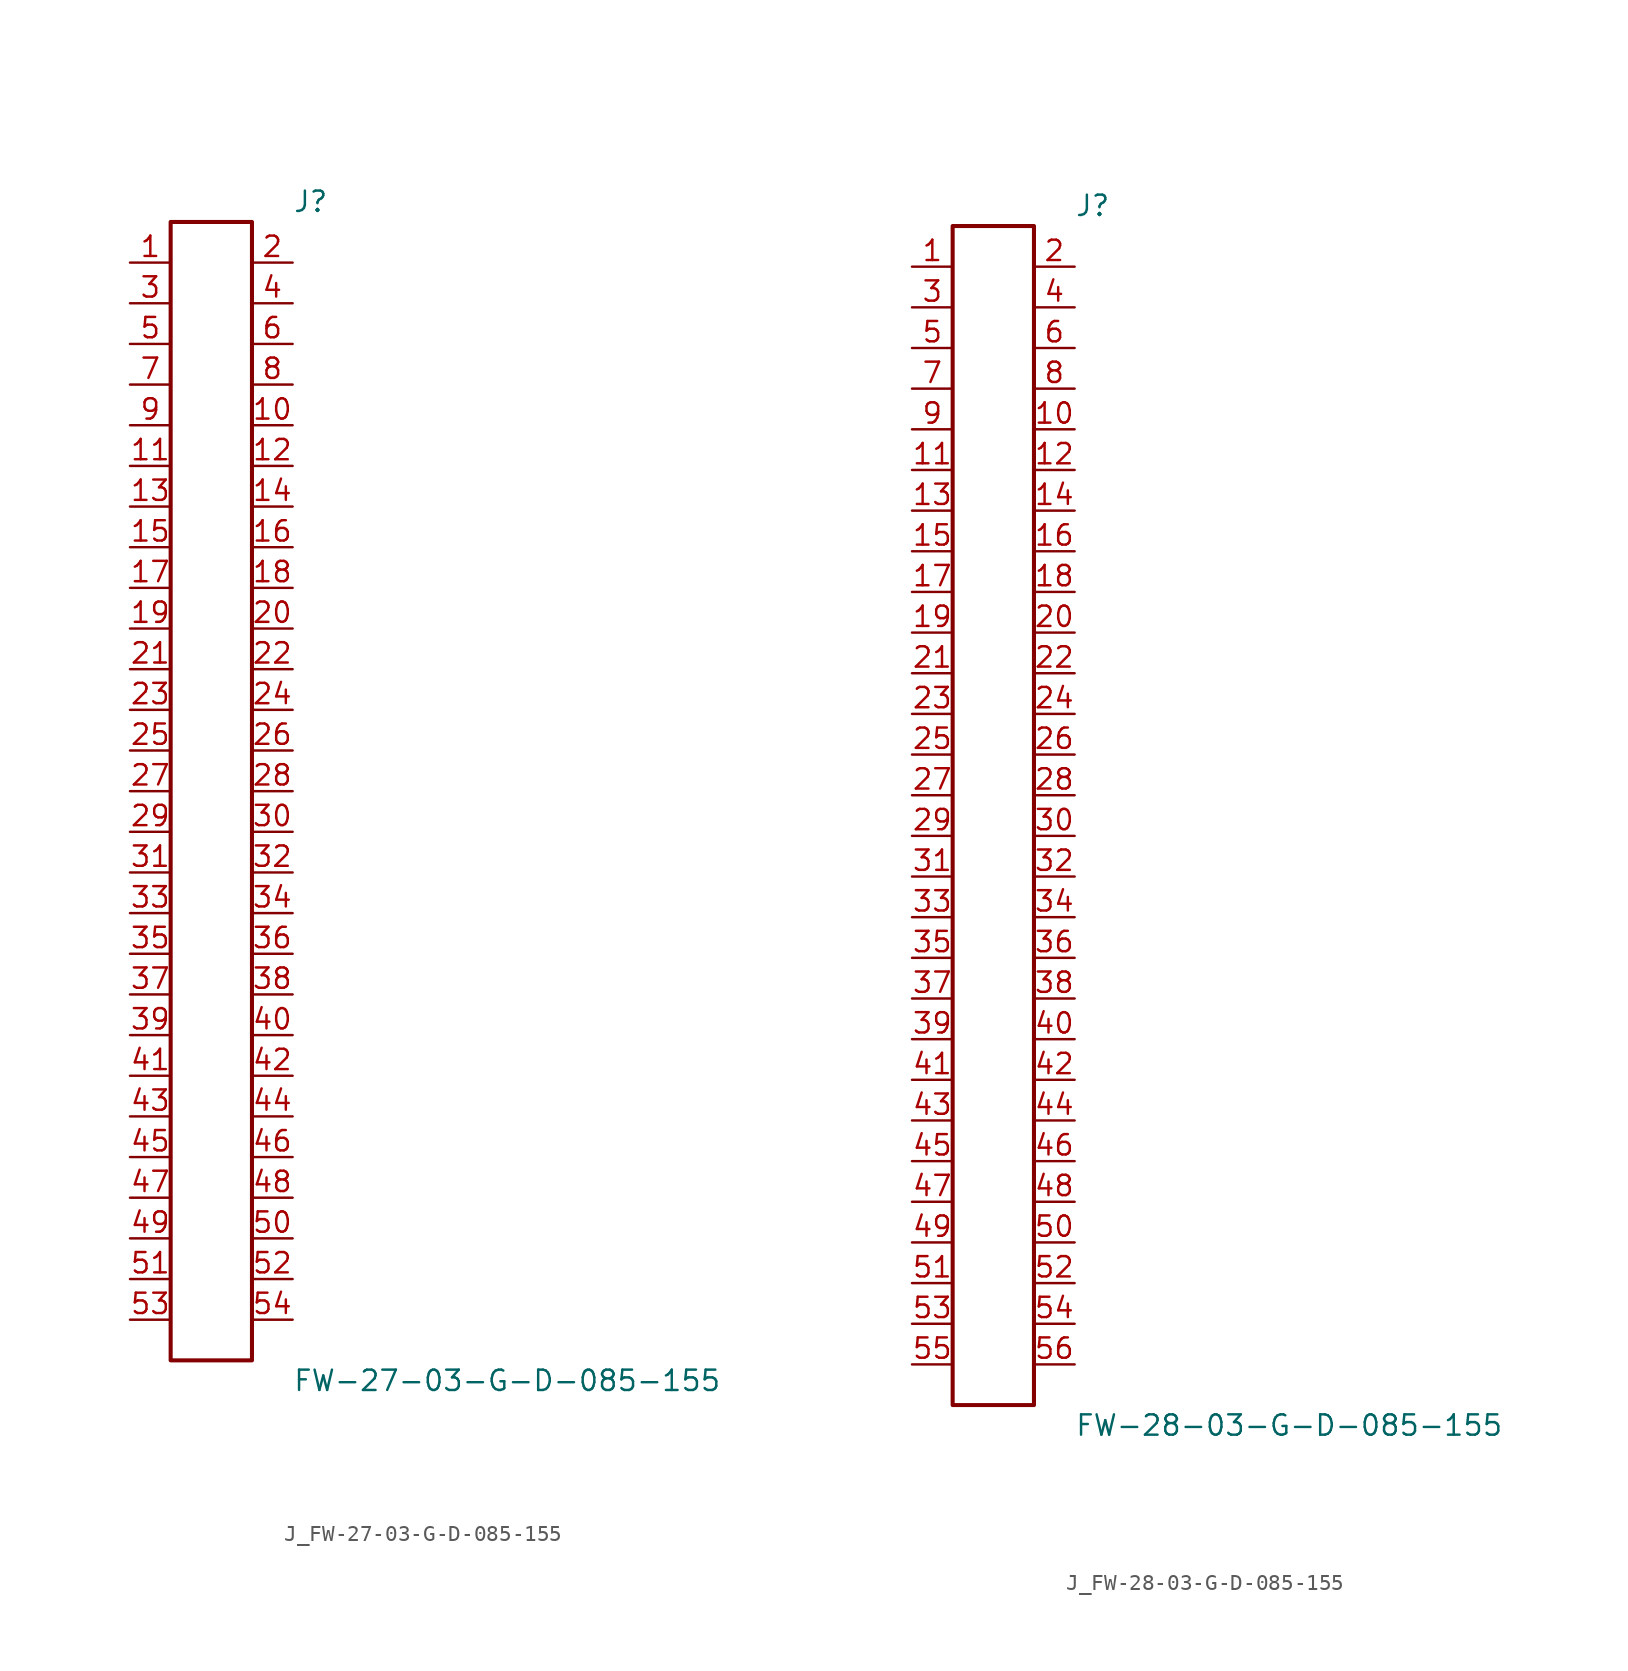
<source format=kicad_sym>
(kicad_symbol_lib
  (version 20231120)
  (generator kicad_symbol_editor)
  (generator_version 8.0)
  (symbol "J_FW-27-03-G-D-085-155"
    (pin_names
      (offset 0.254))
    (property "Reference" "J"
      (at 5.08 36.83 0)
      (effects (font (size 1.27 1.27)) (justify left)))
    (property "Value" "FW-27-03-G-D-085-155"
      (at 5.08 -36.83 0)
      (effects (font (size 1.27 1.27)) (justify left)))
    (symbol "J_FW-27-03-G-D-085-155_0_0"
      (pin unspecified line (at -5.08 33.02 0) (length 2.54) (name "" (effects (font (size 1.27 1.27)))) (number "1" (effects (font (size 1.27 1.27)))))
      (pin unspecified line (at 5.08 33.02 180) (length 2.54) (name "" (effects (font (size 1.27 1.27)))) (number "2" (effects (font (size 1.27 1.27)))))
      (pin unspecified line (at -5.08 30.48 0) (length 2.54) (name "" (effects (font (size 1.27 1.27)))) (number "3" (effects (font (size 1.27 1.27)))))
      (pin unspecified line (at 5.08 30.48 180) (length 2.54) (name "" (effects (font (size 1.27 1.27)))) (number "4" (effects (font (size 1.27 1.27)))))
      (pin unspecified line (at -5.08 27.94 0) (length 2.54) (name "" (effects (font (size 1.27 1.27)))) (number "5" (effects (font (size 1.27 1.27)))))
      (pin unspecified line (at 5.08 27.94 180) (length 2.54) (name "" (effects (font (size 1.27 1.27)))) (number "6" (effects (font (size 1.27 1.27)))))
      (pin unspecified line (at -5.08 25.4 0) (length 2.54) (name "" (effects (font (size 1.27 1.27)))) (number "7" (effects (font (size 1.27 1.27)))))
      (pin unspecified line (at 5.08 25.4 180) (length 2.54) (name "" (effects (font (size 1.27 1.27)))) (number "8" (effects (font (size 1.27 1.27)))))
      (pin unspecified line (at -5.08 22.86 0) (length 2.54) (name "" (effects (font (size 1.27 1.27)))) (number "9" (effects (font (size 1.27 1.27)))))
      (pin unspecified line (at 5.08 22.86 180) (length 2.54) (name "" (effects (font (size 1.27 1.27)))) (number "10" (effects (font (size 1.27 1.27)))))
      (pin unspecified line (at -5.08 20.32 0) (length 2.54) (name "" (effects (font (size 1.27 1.27)))) (number "11" (effects (font (size 1.27 1.27)))))
      (pin unspecified line (at 5.08 20.32 180) (length 2.54) (name "" (effects (font (size 1.27 1.27)))) (number "12" (effects (font (size 1.27 1.27)))))
      (pin unspecified line (at -5.08 17.78 0) (length 2.54) (name "" (effects (font (size 1.27 1.27)))) (number "13" (effects (font (size 1.27 1.27)))))
      (pin unspecified line (at 5.08 17.78 180) (length 2.54) (name "" (effects (font (size 1.27 1.27)))) (number "14" (effects (font (size 1.27 1.27)))))
      (pin unspecified line (at -5.08 15.24 0) (length 2.54) (name "" (effects (font (size 1.27 1.27)))) (number "15" (effects (font (size 1.27 1.27)))))
      (pin unspecified line (at 5.08 15.24 180) (length 2.54) (name "" (effects (font (size 1.27 1.27)))) (number "16" (effects (font (size 1.27 1.27)))))
      (pin unspecified line (at -5.08 12.7 0) (length 2.54) (name "" (effects (font (size 1.27 1.27)))) (number "17" (effects (font (size 1.27 1.27)))))
      (pin unspecified line (at 5.08 12.7 180) (length 2.54) (name "" (effects (font (size 1.27 1.27)))) (number "18" (effects (font (size 1.27 1.27)))))
      (pin unspecified line (at -5.08 10.16 0) (length 2.54) (name "" (effects (font (size 1.27 1.27)))) (number "19" (effects (font (size 1.27 1.27)))))
      (pin unspecified line (at 5.08 10.16 180) (length 2.54) (name "" (effects (font (size 1.27 1.27)))) (number "20" (effects (font (size 1.27 1.27)))))
      (pin unspecified line (at -5.08 7.62 0) (length 2.54) (name "" (effects (font (size 1.27 1.27)))) (number "21" (effects (font (size 1.27 1.27)))))
      (pin unspecified line (at 5.08 7.62 180) (length 2.54) (name "" (effects (font (size 1.27 1.27)))) (number "22" (effects (font (size 1.27 1.27)))))
      (pin unspecified line (at -5.08 5.08 0) (length 2.54) (name "" (effects (font (size 1.27 1.27)))) (number "23" (effects (font (size 1.27 1.27)))))
      (pin unspecified line (at 5.08 5.08 180) (length 2.54) (name "" (effects (font (size 1.27 1.27)))) (number "24" (effects (font (size 1.27 1.27)))))
      (pin unspecified line (at -5.08 2.54 0) (length 2.54) (name "" (effects (font (size 1.27 1.27)))) (number "25" (effects (font (size 1.27 1.27)))))
      (pin unspecified line (at 5.08 2.54 180) (length 2.54) (name "" (effects (font (size 1.27 1.27)))) (number "26" (effects (font (size 1.27 1.27)))))
      (pin unspecified line (at -5.08 0.0 0) (length 2.54) (name "" (effects (font (size 1.27 1.27)))) (number "27" (effects (font (size 1.27 1.27)))))
      (pin unspecified line (at 5.08 0.0 180) (length 2.54) (name "" (effects (font (size 1.27 1.27)))) (number "28" (effects (font (size 1.27 1.27)))))
      (pin unspecified line (at -5.08 -2.54 0) (length 2.54) (name "" (effects (font (size 1.27 1.27)))) (number "29" (effects (font (size 1.27 1.27)))))
      (pin unspecified line (at 5.08 -2.54 180) (length 2.54) (name "" (effects (font (size 1.27 1.27)))) (number "30" (effects (font (size 1.27 1.27)))))
      (pin unspecified line (at -5.08 -5.08 0) (length 2.54) (name "" (effects (font (size 1.27 1.27)))) (number "31" (effects (font (size 1.27 1.27)))))
      (pin unspecified line (at 5.08 -5.08 180) (length 2.54) (name "" (effects (font (size 1.27 1.27)))) (number "32" (effects (font (size 1.27 1.27)))))
      (pin unspecified line (at -5.08 -7.62 0) (length 2.54) (name "" (effects (font (size 1.27 1.27)))) (number "33" (effects (font (size 1.27 1.27)))))
      (pin unspecified line (at 5.08 -7.62 180) (length 2.54) (name "" (effects (font (size 1.27 1.27)))) (number "34" (effects (font (size 1.27 1.27)))))
      (pin unspecified line (at -5.08 -10.16 0) (length 2.54) (name "" (effects (font (size 1.27 1.27)))) (number "35" (effects (font (size 1.27 1.27)))))
      (pin unspecified line (at 5.08 -10.16 180) (length 2.54) (name "" (effects (font (size 1.27 1.27)))) (number "36" (effects (font (size 1.27 1.27)))))
      (pin unspecified line (at -5.08 -12.7 0) (length 2.54) (name "" (effects (font (size 1.27 1.27)))) (number "37" (effects (font (size 1.27 1.27)))))
      (pin unspecified line (at 5.08 -12.7 180) (length 2.54) (name "" (effects (font (size 1.27 1.27)))) (number "38" (effects (font (size 1.27 1.27)))))
      (pin unspecified line (at -5.08 -15.24 0) (length 2.54) (name "" (effects (font (size 1.27 1.27)))) (number "39" (effects (font (size 1.27 1.27)))))
      (pin unspecified line (at 5.08 -15.24 180) (length 2.54) (name "" (effects (font (size 1.27 1.27)))) (number "40" (effects (font (size 1.27 1.27)))))
      (pin unspecified line (at -5.08 -17.78 0) (length 2.54) (name "" (effects (font (size 1.27 1.27)))) (number "41" (effects (font (size 1.27 1.27)))))
      (pin unspecified line (at 5.08 -17.78 180) (length 2.54) (name "" (effects (font (size 1.27 1.27)))) (number "42" (effects (font (size 1.27 1.27)))))
      (pin unspecified line (at -5.08 -20.32 0) (length 2.54) (name "" (effects (font (size 1.27 1.27)))) (number "43" (effects (font (size 1.27 1.27)))))
      (pin unspecified line (at 5.08 -20.32 180) (length 2.54) (name "" (effects (font (size 1.27 1.27)))) (number "44" (effects (font (size 1.27 1.27)))))
      (pin unspecified line (at -5.08 -22.86 0) (length 2.54) (name "" (effects (font (size 1.27 1.27)))) (number "45" (effects (font (size 1.27 1.27)))))
      (pin unspecified line (at 5.08 -22.86 180) (length 2.54) (name "" (effects (font (size 1.27 1.27)))) (number "46" (effects (font (size 1.27 1.27)))))
      (pin unspecified line (at -5.08 -25.4 0) (length 2.54) (name "" (effects (font (size 1.27 1.27)))) (number "47" (effects (font (size 1.27 1.27)))))
      (pin unspecified line (at 5.08 -25.4 180) (length 2.54) (name "" (effects (font (size 1.27 1.27)))) (number "48" (effects (font (size 1.27 1.27)))))
      (pin unspecified line (at -5.08 -27.94 0) (length 2.54) (name "" (effects (font (size 1.27 1.27)))) (number "49" (effects (font (size 1.27 1.27)))))
      (pin unspecified line (at 5.08 -27.94 180) (length 2.54) (name "" (effects (font (size 1.27 1.27)))) (number "50" (effects (font (size 1.27 1.27)))))
      (pin unspecified line (at -5.08 -30.48 0) (length 2.54) (name "" (effects (font (size 1.27 1.27)))) (number "51" (effects (font (size 1.27 1.27)))))
      (pin unspecified line (at 5.08 -30.48 180) (length 2.54) (name "" (effects (font (size 1.27 1.27)))) (number "52" (effects (font (size 1.27 1.27)))))
      (pin unspecified line (at -5.08 -33.02 0) (length 2.54) (name "" (effects (font (size 1.27 1.27)))) (number "53" (effects (font (size 1.27 1.27)))))
      (pin unspecified line (at 5.08 -33.02 180) (length 2.54) (name "" (effects (font (size 1.27 1.27)))) (number "54" (effects (font (size 1.27 1.27))))))
    (symbol "J_FW-27-03-G-D-085-155_1_0"
      (rectangle (start -2.54 35.56) (end 2.54 -35.56) (stroke (width 0.254) (type solid)) (fill (type none)))))
  (symbol "J_FW-28-03-G-D-085-155"
    (pin_names
      (offset 0.254))
    (property "Reference" "J"
      (at 5.08 38.1 0)
      (effects (font (size 1.27 1.27)) (justify left)))
    (property "Value" "FW-28-03-G-D-085-155"
      (at 5.08 -38.1 0)
      (effects (font (size 1.27 1.27)) (justify left)))
    (symbol "J_FW-28-03-G-D-085-155_0_0"
      (pin unspecified line (at -5.08 34.29 0) (length 2.54) (name "" (effects (font (size 1.27 1.27)))) (number "1" (effects (font (size 1.27 1.27)))))
      (pin unspecified line (at 5.08 34.29 180) (length 2.54) (name "" (effects (font (size 1.27 1.27)))) (number "2" (effects (font (size 1.27 1.27)))))
      (pin unspecified line (at -5.08 31.75 0) (length 2.54) (name "" (effects (font (size 1.27 1.27)))) (number "3" (effects (font (size 1.27 1.27)))))
      (pin unspecified line (at 5.08 31.75 180) (length 2.54) (name "" (effects (font (size 1.27 1.27)))) (number "4" (effects (font (size 1.27 1.27)))))
      (pin unspecified line (at -5.08 29.21 0) (length 2.54) (name "" (effects (font (size 1.27 1.27)))) (number "5" (effects (font (size 1.27 1.27)))))
      (pin unspecified line (at 5.08 29.21 180) (length 2.54) (name "" (effects (font (size 1.27 1.27)))) (number "6" (effects (font (size 1.27 1.27)))))
      (pin unspecified line (at -5.08 26.67 0) (length 2.54) (name "" (effects (font (size 1.27 1.27)))) (number "7" (effects (font (size 1.27 1.27)))))
      (pin unspecified line (at 5.08 26.67 180) (length 2.54) (name "" (effects (font (size 1.27 1.27)))) (number "8" (effects (font (size 1.27 1.27)))))
      (pin unspecified line (at -5.08 24.13 0) (length 2.54) (name "" (effects (font (size 1.27 1.27)))) (number "9" (effects (font (size 1.27 1.27)))))
      (pin unspecified line (at 5.08 24.13 180) (length 2.54) (name "" (effects (font (size 1.27 1.27)))) (number "10" (effects (font (size 1.27 1.27)))))
      (pin unspecified line (at -5.08 21.59 0) (length 2.54) (name "" (effects (font (size 1.27 1.27)))) (number "11" (effects (font (size 1.27 1.27)))))
      (pin unspecified line (at 5.08 21.59 180) (length 2.54) (name "" (effects (font (size 1.27 1.27)))) (number "12" (effects (font (size 1.27 1.27)))))
      (pin unspecified line (at -5.08 19.05 0) (length 2.54) (name "" (effects (font (size 1.27 1.27)))) (number "13" (effects (font (size 1.27 1.27)))))
      (pin unspecified line (at 5.08 19.05 180) (length 2.54) (name "" (effects (font (size 1.27 1.27)))) (number "14" (effects (font (size 1.27 1.27)))))
      (pin unspecified line (at -5.08 16.51 0) (length 2.54) (name "" (effects (font (size 1.27 1.27)))) (number "15" (effects (font (size 1.27 1.27)))))
      (pin unspecified line (at 5.08 16.51 180) (length 2.54) (name "" (effects (font (size 1.27 1.27)))) (number "16" (effects (font (size 1.27 1.27)))))
      (pin unspecified line (at -5.08 13.97 0) (length 2.54) (name "" (effects (font (size 1.27 1.27)))) (number "17" (effects (font (size 1.27 1.27)))))
      (pin unspecified line (at 5.08 13.97 180) (length 2.54) (name "" (effects (font (size 1.27 1.27)))) (number "18" (effects (font (size 1.27 1.27)))))
      (pin unspecified line (at -5.08 11.43 0) (length 2.54) (name "" (effects (font (size 1.27 1.27)))) (number "19" (effects (font (size 1.27 1.27)))))
      (pin unspecified line (at 5.08 11.43 180) (length 2.54) (name "" (effects (font (size 1.27 1.27)))) (number "20" (effects (font (size 1.27 1.27)))))
      (pin unspecified line (at -5.08 8.89 0) (length 2.54) (name "" (effects (font (size 1.27 1.27)))) (number "21" (effects (font (size 1.27 1.27)))))
      (pin unspecified line (at 5.08 8.89 180) (length 2.54) (name "" (effects (font (size 1.27 1.27)))) (number "22" (effects (font (size 1.27 1.27)))))
      (pin unspecified line (at -5.08 6.35 0) (length 2.54) (name "" (effects (font (size 1.27 1.27)))) (number "23" (effects (font (size 1.27 1.27)))))
      (pin unspecified line (at 5.08 6.35 180) (length 2.54) (name "" (effects (font (size 1.27 1.27)))) (number "24" (effects (font (size 1.27 1.27)))))
      (pin unspecified line (at -5.08 3.81 0) (length 2.54) (name "" (effects (font (size 1.27 1.27)))) (number "25" (effects (font (size 1.27 1.27)))))
      (pin unspecified line (at 5.08 3.81 180) (length 2.54) (name "" (effects (font (size 1.27 1.27)))) (number "26" (effects (font (size 1.27 1.27)))))
      (pin unspecified line (at -5.08 1.27 0) (length 2.54) (name "" (effects (font (size 1.27 1.27)))) (number "27" (effects (font (size 1.27 1.27)))))
      (pin unspecified line (at 5.08 1.27 180) (length 2.54) (name "" (effects (font (size 1.27 1.27)))) (number "28" (effects (font (size 1.27 1.27)))))
      (pin unspecified line (at -5.08 -1.27 0) (length 2.54) (name "" (effects (font (size 1.27 1.27)))) (number "29" (effects (font (size 1.27 1.27)))))
      (pin unspecified line (at 5.08 -1.27 180) (length 2.54) (name "" (effects (font (size 1.27 1.27)))) (number "30" (effects (font (size 1.27 1.27)))))
      (pin unspecified line (at -5.08 -3.81 0) (length 2.54) (name "" (effects (font (size 1.27 1.27)))) (number "31" (effects (font (size 1.27 1.27)))))
      (pin unspecified line (at 5.08 -3.81 180) (length 2.54) (name "" (effects (font (size 1.27 1.27)))) (number "32" (effects (font (size 1.27 1.27)))))
      (pin unspecified line (at -5.08 -6.35 0) (length 2.54) (name "" (effects (font (size 1.27 1.27)))) (number "33" (effects (font (size 1.27 1.27)))))
      (pin unspecified line (at 5.08 -6.35 180) (length 2.54) (name "" (effects (font (size 1.27 1.27)))) (number "34" (effects (font (size 1.27 1.27)))))
      (pin unspecified line (at -5.08 -8.89 0) (length 2.54) (name "" (effects (font (size 1.27 1.27)))) (number "35" (effects (font (size 1.27 1.27)))))
      (pin unspecified line (at 5.08 -8.89 180) (length 2.54) (name "" (effects (font (size 1.27 1.27)))) (number "36" (effects (font (size 1.27 1.27)))))
      (pin unspecified line (at -5.08 -11.43 0) (length 2.54) (name "" (effects (font (size 1.27 1.27)))) (number "37" (effects (font (size 1.27 1.27)))))
      (pin unspecified line (at 5.08 -11.43 180) (length 2.54) (name "" (effects (font (size 1.27 1.27)))) (number "38" (effects (font (size 1.27 1.27)))))
      (pin unspecified line (at -5.08 -13.97 0) (length 2.54) (name "" (effects (font (size 1.27 1.27)))) (number "39" (effects (font (size 1.27 1.27)))))
      (pin unspecified line (at 5.08 -13.97 180) (length 2.54) (name "" (effects (font (size 1.27 1.27)))) (number "40" (effects (font (size 1.27 1.27)))))
      (pin unspecified line (at -5.08 -16.51 0) (length 2.54) (name "" (effects (font (size 1.27 1.27)))) (number "41" (effects (font (size 1.27 1.27)))))
      (pin unspecified line (at 5.08 -16.51 180) (length 2.54) (name "" (effects (font (size 1.27 1.27)))) (number "42" (effects (font (size 1.27 1.27)))))
      (pin unspecified line (at -5.08 -19.05 0) (length 2.54) (name "" (effects (font (size 1.27 1.27)))) (number "43" (effects (font (size 1.27 1.27)))))
      (pin unspecified line (at 5.08 -19.05 180) (length 2.54) (name "" (effects (font (size 1.27 1.27)))) (number "44" (effects (font (size 1.27 1.27)))))
      (pin unspecified line (at -5.08 -21.59 0) (length 2.54) (name "" (effects (font (size 1.27 1.27)))) (number "45" (effects (font (size 1.27 1.27)))))
      (pin unspecified line (at 5.08 -21.59 180) (length 2.54) (name "" (effects (font (size 1.27 1.27)))) (number "46" (effects (font (size 1.27 1.27)))))
      (pin unspecified line (at -5.08 -24.13 0) (length 2.54) (name "" (effects (font (size 1.27 1.27)))) (number "47" (effects (font (size 1.27 1.27)))))
      (pin unspecified line (at 5.08 -24.13 180) (length 2.54) (name "" (effects (font (size 1.27 1.27)))) (number "48" (effects (font (size 1.27 1.27)))))
      (pin unspecified line (at -5.08 -26.67 0) (length 2.54) (name "" (effects (font (size 1.27 1.27)))) (number "49" (effects (font (size 1.27 1.27)))))
      (pin unspecified line (at 5.08 -26.67 180) (length 2.54) (name "" (effects (font (size 1.27 1.27)))) (number "50" (effects (font (size 1.27 1.27)))))
      (pin unspecified line (at -5.08 -29.21 0) (length 2.54) (name "" (effects (font (size 1.27 1.27)))) (number "51" (effects (font (size 1.27 1.27)))))
      (pin unspecified line (at 5.08 -29.21 180) (length 2.54) (name "" (effects (font (size 1.27 1.27)))) (number "52" (effects (font (size 1.27 1.27)))))
      (pin unspecified line (at -5.08 -31.75 0) (length 2.54) (name "" (effects (font (size 1.27 1.27)))) (number "53" (effects (font (size 1.27 1.27)))))
      (pin unspecified line (at 5.08 -31.75 180) (length 2.54) (name "" (effects (font (size 1.27 1.27)))) (number "54" (effects (font (size 1.27 1.27)))))
      (pin unspecified line (at -5.08 -34.29 0) (length 2.54) (name "" (effects (font (size 1.27 1.27)))) (number "55" (effects (font (size 1.27 1.27)))))
      (pin unspecified line (at 5.08 -34.29 180) (length 2.54) (name "" (effects (font (size 1.27 1.27)))) (number "56" (effects (font (size 1.27 1.27))))))
    (symbol "J_FW-28-03-G-D-085-155_1_0"
      (rectangle (start -2.54 36.83) (end 2.54 -36.83) (stroke (width 0.254) (type solid)) (fill (type none))))))
</source>
